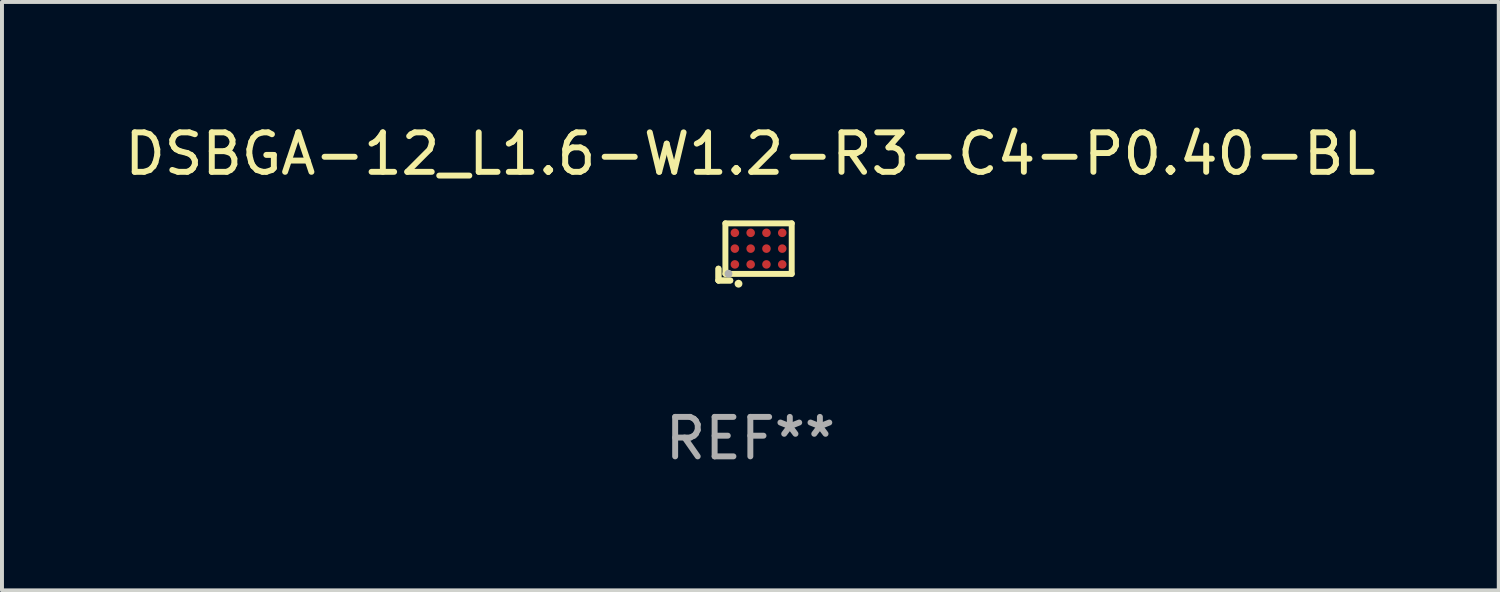
<source format=kicad_pcb>
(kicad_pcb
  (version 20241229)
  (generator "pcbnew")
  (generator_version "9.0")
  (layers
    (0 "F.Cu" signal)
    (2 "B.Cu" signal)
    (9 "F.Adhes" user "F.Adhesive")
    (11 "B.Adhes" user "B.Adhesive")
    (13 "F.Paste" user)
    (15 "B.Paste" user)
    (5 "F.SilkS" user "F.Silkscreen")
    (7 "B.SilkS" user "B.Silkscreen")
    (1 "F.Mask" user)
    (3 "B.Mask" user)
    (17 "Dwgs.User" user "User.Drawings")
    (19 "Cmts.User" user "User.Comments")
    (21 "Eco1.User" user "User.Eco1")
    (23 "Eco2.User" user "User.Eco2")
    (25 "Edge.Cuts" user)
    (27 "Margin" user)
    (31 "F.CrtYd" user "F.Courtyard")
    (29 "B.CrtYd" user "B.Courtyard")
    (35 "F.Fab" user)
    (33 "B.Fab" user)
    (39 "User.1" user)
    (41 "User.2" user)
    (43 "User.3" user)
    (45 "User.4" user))
  (footprint "DSBGA-12_L1.6-W1.2-R3-C4-P0.40-BL"
    (layer "F.Cu")
    (at 16.166 3.248)
    (property "Reference" "DSBGA-12_L1.6-W1.2-R3-C4-P0.40-BL" (at -0.208 -2.4 0) (layer "F.SilkS") (effects (font (size 1 1) (thickness 0.15))))
    (attr smd)
    (fp_line (start -1.016 0.508) (end -1.016 0.808) (stroke (width 0.15) (type solid)) (layer "F.SilkS"))
    (fp_line (start -1.016 0.808) (end -1.016 0.508) (stroke (width 0.15) (type solid)) (layer "F.SilkS"))
    (fp_line (start -1.016 0.808) (end -0.716 0.808) (stroke (width 0.15) (type solid)) (layer "F.SilkS"))
    (fp_line (start -0.84 -0.64) (end -0.84 0.64) (stroke (width 0.15) (type solid)) (layer "F.SilkS"))
    (fp_line (start -0.84 0.64) (end 0.84 0.64) (stroke (width 0.15) (type solid)) (layer "F.SilkS"))
    (fp_line (start -0.716 0.808) (end -1.016 0.808) (stroke (width 0.15) (type solid)) (layer "F.SilkS"))
    (fp_line (start 0.84 -0.64) (end -0.84 -0.64) (stroke (width 0.15) (type solid)) (layer "F.SilkS"))
    (fp_line (start 0.84 0.64) (end 0.84 -0.64) (stroke (width 0.15) (type solid)) (layer "F.SilkS"))
    (fp_circle (center -0.8 0.6) (end -0.77 0.6) (stroke (width 0.06) (type solid)) (fill no) (layer "F.SilkS"))
    (fp_circle (center -0.508 0.889) (end -0.458 0.889) (stroke (width 0.1) (type solid)) (fill no) (layer "F.SilkS"))
    (fp_circle (center -0.762 0.635) (end -0.712 0.635) (stroke (width 0.1) (type solid)) (fill no) (layer "F.Fab"))
    (fp_text user "REF**" (at -0.208 4.808 0) (layer "F.Fab") (effects (font (size 1 1) (thickness 0.15))))
    (pad "A1" smd circle (at -0.6 0.4) (size 0.216 0.216) (layers "F.Cu" "F.Mask" "F.Paste"))
    (pad "A2" smd circle (at -0.6 0) (size 0.216 0.216) (layers "F.Cu" "F.Mask" "F.Paste"))
    (pad "A3" smd circle (at -0.6 -0.4) (size 0.216 0.216) (layers "F.Cu" "F.Mask" "F.Paste"))
    (pad "B1" smd circle (at -0.2 0.4) (size 0.216 0.216) (layers "F.Cu" "F.Mask" "F.Paste"))
    (pad "B2" smd circle (at -0.2 0) (size 0.216 0.216) (layers "F.Cu" "F.Mask" "F.Paste"))
    (pad "B3" smd circle (at -0.2 -0.4) (size 0.216 0.216) (layers "F.Cu" "F.Mask" "F.Paste"))
    (pad "C1" smd circle (at 0.2 0.4) (size 0.216 0.216) (layers "F.Cu" "F.Mask" "F.Paste"))
    (pad "C2" smd circle (at 0.2 0) (size 0.216 0.216) (layers "F.Cu" "F.Mask" "F.Paste"))
    (pad "C3" smd circle (at 0.2 -0.4) (size 0.216 0.216) (layers "F.Cu" "F.Mask" "F.Paste"))
    (pad "D1" smd circle (at 0.6 0.4) (size 0.216 0.216) (layers "F.Cu" "F.Mask" "F.Paste"))
    (pad "D2" smd circle (at 0.6 0) (size 0.216 0.216) (layers "F.Cu" "F.Mask" "F.Paste"))
    (pad "D3" smd circle (at 0.6 -0.4) (size 0.216 0.216) (layers "F.Cu" "F.Mask" "F.Paste")))
  (gr_rect
    (start -3 -3)
    (end 34.917 11.905)
    (stroke (width 0.1) (type default))
    (fill no)
    (layer "Edge.Cuts")))
</source>
